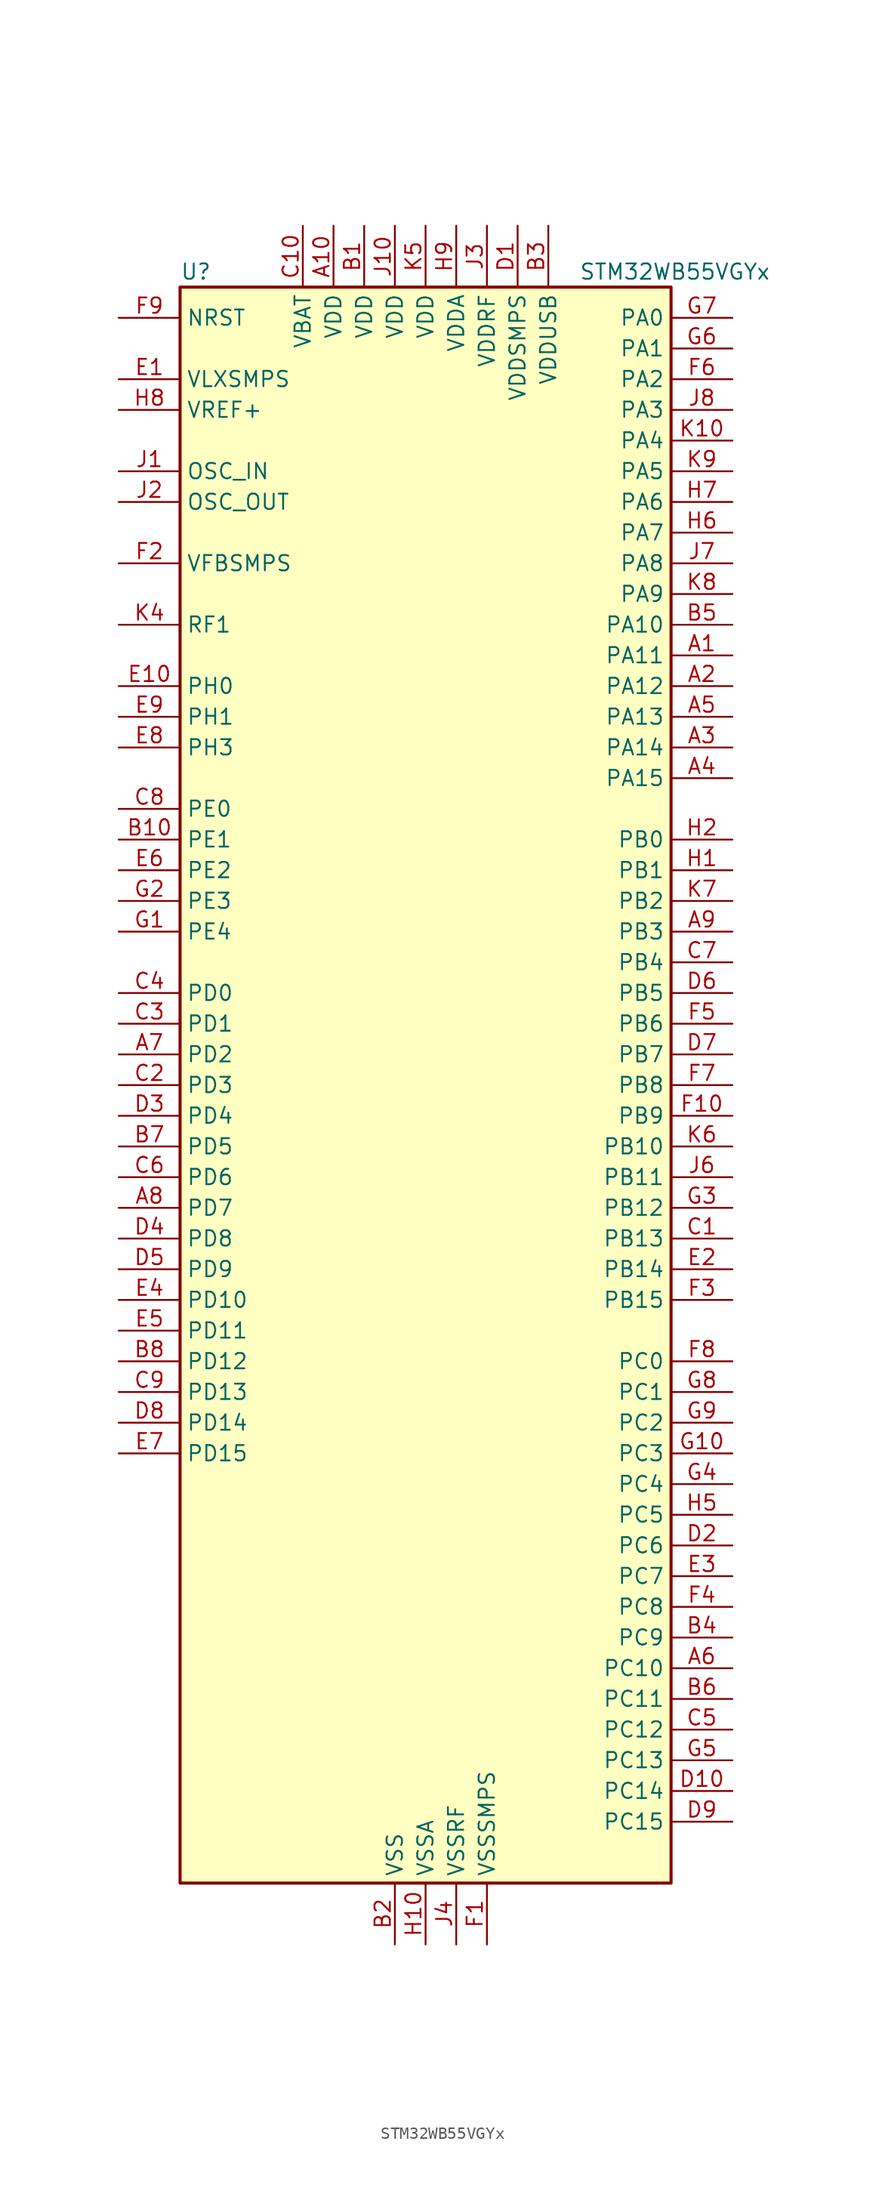
<source format=kicad_sym>
(kicad_symbol_lib
  (version 20220914)
  (generator kicad_symbol_editor)
  (symbol "STM32WB55VGYx"
    (property "Reference" "U"
      (at -20.32 67.31 0)
      (effects (font (size 1.27 1.27)) (justify left)))
    (property "Value" "STM32WB55VGYx"
      (at 12.7 67.31 0)
      (effects (font (size 1.27 1.27)) (justify left)))
    (property "ki_locked" ""
      (at 0 0 0)
      (effects (font (size 1.27 1.27))))
    (symbol "STM32WB55VGYx_0_1"
      (rectangle (start -20.32 -66.04) (end 20.32 66.04) (stroke (width 0.254) (type default)) (fill (type background))))
    (symbol "STM32WB55VGYx_1_1"
      (pin bidirectional line (at 25.4 35.56 180) (length 5.08) (name "PA11" (effects (font (size 1.27 1.27)))) (number "A1" (effects (font (size 1.27 1.27)))) (alternate "ADC1_EXTI11" bidirectional line) (alternate "SPI1_MISO" bidirectional line) (alternate "TIM1_BKIN2" bidirectional line) (alternate "TIM1_CH4" bidirectional line) (alternate "USART1_CTS" bidirectional line) (alternate "USART1_NSS" bidirectional line) (alternate "USB_DM" bidirectional line))
      (pin power_in line (at -7.62 71.12 270) (length 5.08) (name "VDD" (effects (font (size 1.27 1.27)))) (number "A10" (effects (font (size 1.27 1.27)))))
      (pin bidirectional line (at 25.4 33.02 180) (length 5.08) (name "PA12" (effects (font (size 1.27 1.27)))) (number "A2" (effects (font (size 1.27 1.27)))) (alternate "LPUART1_RX" bidirectional line) (alternate "SPI1_MOSI" bidirectional line) (alternate "TIM1_ETR" bidirectional line) (alternate "USART1_DE" bidirectional line) (alternate "USART1_RTS" bidirectional line) (alternate "USB_DP" bidirectional line))
      (pin bidirectional line (at 25.4 27.94 180) (length 5.08) (name "PA14" (effects (font (size 1.27 1.27)))) (number "A3" (effects (font (size 1.27 1.27)))) (alternate "I2C1_SMBA" bidirectional line) (alternate "LCD_SEG5" bidirectional line) (alternate "LPTIM1_OUT" bidirectional line) (alternate "SAI1_FS_B" bidirectional line) (alternate "SYS_JTCK-SWCLK" bidirectional line))
      (pin bidirectional line (at 25.4 25.4 180) (length 5.08) (name "PA15" (effects (font (size 1.27 1.27)))) (number "A4" (effects (font (size 1.27 1.27)))) (alternate "ADC1_EXTI15" bidirectional line) (alternate "LCD_SEG17" bidirectional line) (alternate "RCC_MCO" bidirectional line) (alternate "SPI1_NSS" bidirectional line) (alternate "SYS_JTDI" bidirectional line) (alternate "TIM2_CH1" bidirectional line) (alternate "TIM2_ETR" bidirectional line) (alternate "TSC_G3_IO1" bidirectional line))
      (pin bidirectional line (at 25.4 30.48 180) (length 5.08) (name "PA13" (effects (font (size 1.27 1.27)))) (number "A5" (effects (font (size 1.27 1.27)))) (alternate "IR_OUT" bidirectional line) (alternate "SAI1_SD_B" bidirectional line) (alternate "SYS_JTMS-SWDIO" bidirectional line) (alternate "USB_NOE" bidirectional line))
      (pin bidirectional line (at 25.4 -48.26 180) (length 5.08) (name "PC10" (effects (font (size 1.27 1.27)))) (number "A6" (effects (font (size 1.27 1.27)))) (alternate "LCD_COM4" bidirectional line) (alternate "LCD_SEG28" bidirectional line) (alternate "LCD_SEG40" bidirectional line) (alternate "SYS_TRACED1" bidirectional line) (alternate "TSC_G3_IO2" bidirectional line))
      (pin bidirectional line (at -25.4 2.54 0) (length 5.08) (name "PD2" (effects (font (size 1.27 1.27)))) (number "A7" (effects (font (size 1.27 1.27)))) (alternate "LCD_COM7" bidirectional line) (alternate "LCD_SEG31" bidirectional line) (alternate "LCD_SEG43" bidirectional line) (alternate "SYS_TRACED2" bidirectional line) (alternate "TSC_SYNC" bidirectional line))
      (pin bidirectional line (at -25.4 -10.16 0) (length 5.08) (name "PD7" (effects (font (size 1.27 1.27)))) (number "A8" (effects (font (size 1.27 1.27)))) (alternate "LCD_SEG39" bidirectional line) (alternate "QUADSPI_BK1_IO3" bidirectional line) (alternate "TSC_G5_IO4" bidirectional line))
      (pin bidirectional line (at 25.4 12.7 180) (length 5.08) (name "PB3" (effects (font (size 1.27 1.27)))) (number "A9" (effects (font (size 1.27 1.27)))) (alternate "COMP2_INM" bidirectional line) (alternate "LCD_SEG7" bidirectional line) (alternate "SAI1_SCK_B" bidirectional line) (alternate "SPI1_SCK" bidirectional line) (alternate "SYS_JTDO-SWO" bidirectional line) (alternate "TIM2_CH2" bidirectional line) (alternate "USART1_DE" bidirectional line) (alternate "USART1_RTS" bidirectional line))
      (pin power_in line (at -5.08 71.12 270) (length 5.08) (name "VDD" (effects (font (size 1.27 1.27)))) (number "B1" (effects (font (size 1.27 1.27)))))
      (pin bidirectional line (at -25.4 20.32 0) (length 5.08) (name "PE1" (effects (font (size 1.27 1.27)))) (number "B10" (effects (font (size 1.27 1.27)))) (alternate "LCD_SEG37" bidirectional line) (alternate "TIM17_CH1" bidirectional line) (alternate "TSC_G7_IO2" bidirectional line))
      (pin power_in line (at -2.54 -71.12 90) (length 5.08) (name "VSS" (effects (font (size 1.27 1.27)))) (number "B2" (effects (font (size 1.27 1.27)))))
      (pin power_in line (at 10.16 71.12 270) (length 5.08) (name "VDDUSB" (effects (font (size 1.27 1.27)))) (number "B3" (effects (font (size 1.27 1.27)))))
      (pin bidirectional line (at 25.4 -45.72 180) (length 5.08) (name "PC9" (effects (font (size 1.27 1.27)))) (number "B4" (effects (font (size 1.27 1.27)))) (alternate "LCD_SEG27" bidirectional line) (alternate "SAI1_SCK_B" bidirectional line) (alternate "TIM1_BKIN" bidirectional line) (alternate "TSC_G4_IO4" bidirectional line) (alternate "USB_NOE" bidirectional line))
      (pin bidirectional line (at 25.4 38.1 180) (length 5.08) (name "PA10" (effects (font (size 1.27 1.27)))) (number "B5" (effects (font (size 1.27 1.27)))) (alternate "CRS_SYNC" bidirectional line) (alternate "I2C1_SDA" bidirectional line) (alternate "LCD_COM2" bidirectional line) (alternate "SAI1_D1" bidirectional line) (alternate "SAI1_SD_A" bidirectional line) (alternate "TIM17_BKIN" bidirectional line) (alternate "TIM1_CH3" bidirectional line) (alternate "USART1_RX" bidirectional line))
      (pin bidirectional line (at 25.4 -50.8 180) (length 5.08) (name "PC11" (effects (font (size 1.27 1.27)))) (number "B6" (effects (font (size 1.27 1.27)))) (alternate "ADC1_EXTI11" bidirectional line) (alternate "LCD_COM5" bidirectional line) (alternate "LCD_SEG29" bidirectional line) (alternate "LCD_SEG41" bidirectional line) (alternate "TSC_G3_IO3" bidirectional line))
      (pin bidirectional line (at -25.4 -5.08 0) (length 5.08) (name "PD5" (effects (font (size 1.27 1.27)))) (number "B7" (effects (font (size 1.27 1.27)))) (alternate "QUADSPI_BK1_IO1" bidirectional line) (alternate "SAI1_MCLK_B" bidirectional line) (alternate "TSC_G5_IO2" bidirectional line))
      (pin bidirectional line (at -25.4 -22.86 0) (length 5.08) (name "PD12" (effects (font (size 1.27 1.27)))) (number "B8" (effects (font (size 1.27 1.27)))) (alternate "LCD_SEG32" bidirectional line) (alternate "LPTIM2_IN1" bidirectional line) (alternate "TSC_G6_IO3" bidirectional line))
      (pin passive line (at -2.54 -71.12 90) (length 5.08) hide (name "VSS" (effects (font (size 1.27 1.27)))) (number "B9" (effects (font (size 1.27 1.27)))))
      (pin bidirectional line (at 25.4 -12.7 180) (length 5.08) (name "PB13" (effects (font (size 1.27 1.27)))) (number "C1" (effects (font (size 1.27 1.27)))) (alternate "I2C3_SCL" bidirectional line) (alternate "LCD_SEG13" bidirectional line) (alternate "LPUART1_CTS" bidirectional line) (alternate "SAI1_SCK_A" bidirectional line) (alternate "SPI2_SCK" bidirectional line) (alternate "TIM1_CH1N" bidirectional line) (alternate "TSC_G1_IO2" bidirectional line))
      (pin power_in line (at -10.16 71.12 270) (length 5.08) (name "VBAT" (effects (font (size 1.27 1.27)))) (number "C10" (effects (font (size 1.27 1.27)))))
      (pin bidirectional line (at -25.4 0 0) (length 5.08) (name "PD3" (effects (font (size 1.27 1.27)))) (number "C2" (effects (font (size 1.27 1.27)))) (alternate "QUADSPI_BK1_NCS" bidirectional line) (alternate "SPI2_MISO" bidirectional line) (alternate "SPI2_SCK" bidirectional line))
      (pin bidirectional line (at -25.4 5.08 0) (length 5.08) (name "PD1" (effects (font (size 1.27 1.27)))) (number "C3" (effects (font (size 1.27 1.27)))) (alternate "SPI2_SCK" bidirectional line))
      (pin bidirectional line (at -25.4 7.62 0) (length 5.08) (name "PD0" (effects (font (size 1.27 1.27)))) (number "C4" (effects (font (size 1.27 1.27)))) (alternate "SPI2_NSS" bidirectional line))
      (pin bidirectional line (at 25.4 -53.34 180) (length 5.08) (name "PC12" (effects (font (size 1.27 1.27)))) (number "C5" (effects (font (size 1.27 1.27)))) (alternate "LCD_COM6" bidirectional line) (alternate "LCD_SEG30" bidirectional line) (alternate "LCD_SEG42" bidirectional line) (alternate "RCC_LSCO" bidirectional line) (alternate "RTC_TAMP3" bidirectional line) (alternate "SYS_TRACED3" bidirectional line) (alternate "SYS_WKUP3" bidirectional line) (alternate "TSC_G3_IO4" bidirectional line))
      (pin bidirectional line (at -25.4 -7.62 0) (length 5.08) (name "PD6" (effects (font (size 1.27 1.27)))) (number "C6" (effects (font (size 1.27 1.27)))) (alternate "QUADSPI_BK1_IO2" bidirectional line) (alternate "SAI1_D1" bidirectional line) (alternate "SAI1_SD_A" bidirectional line) (alternate "TSC_G5_IO3" bidirectional line))
      (pin bidirectional line (at 25.4 10.16 180) (length 5.08) (name "PB4" (effects (font (size 1.27 1.27)))) (number "C7" (effects (font (size 1.27 1.27)))) (alternate "COMP2_INP" bidirectional line) (alternate "I2C3_SDA" bidirectional line) (alternate "LCD_SEG8" bidirectional line) (alternate "SAI1_MCLK_B" bidirectional line) (alternate "SPI1_MISO" bidirectional line) (alternate "SYS_JTRST" bidirectional line) (alternate "TIM17_BKIN" bidirectional line) (alternate "TSC_G2_IO1" bidirectional line) (alternate "USART1_CTS" bidirectional line) (alternate "USART1_NSS" bidirectional line))
      (pin bidirectional line (at -25.4 22.86 0) (length 5.08) (name "PE0" (effects (font (size 1.27 1.27)))) (number "C8" (effects (font (size 1.27 1.27)))) (alternate "LCD_SEG36" bidirectional line) (alternate "TIM16_CH1" bidirectional line) (alternate "TIM1_ETR" bidirectional line) (alternate "TSC_G7_IO3" bidirectional line))
      (pin bidirectional line (at -25.4 -25.4 0) (length 5.08) (name "PD13" (effects (font (size 1.27 1.27)))) (number "C9" (effects (font (size 1.27 1.27)))) (alternate "LCD_SEG33" bidirectional line) (alternate "LPTIM2_OUT" bidirectional line) (alternate "TSC_G6_IO4" bidirectional line))
      (pin power_in line (at 7.62 71.12 270) (length 5.08) (name "VDDSMPS" (effects (font (size 1.27 1.27)))) (number "D1" (effects (font (size 1.27 1.27)))))
      (pin bidirectional line (at 25.4 -58.42 180) (length 5.08) (name "PC14" (effects (font (size 1.27 1.27)))) (number "D10" (effects (font (size 1.27 1.27)))) (alternate "RCC_OSC32_IN" bidirectional line))
      (pin bidirectional line (at 25.4 -38.1 180) (length 5.08) (name "PC6" (effects (font (size 1.27 1.27)))) (number "D2" (effects (font (size 1.27 1.27)))) (alternate "LCD_SEG24" bidirectional line) (alternate "TSC_G4_IO1" bidirectional line))
      (pin bidirectional line (at -25.4 -2.54 0) (length 5.08) (name "PD4" (effects (font (size 1.27 1.27)))) (number "D3" (effects (font (size 1.27 1.27)))) (alternate "QUADSPI_BK1_IO0" bidirectional line) (alternate "SPI2_MOSI" bidirectional line) (alternate "TSC_G5_IO1" bidirectional line))
      (pin bidirectional line (at -25.4 -12.7 0) (length 5.08) (name "PD8" (effects (font (size 1.27 1.27)))) (number "D4" (effects (font (size 1.27 1.27)))) (alternate "LCD_SEG28" bidirectional line) (alternate "TIM1_BKIN2" bidirectional line))
      (pin bidirectional line (at -25.4 -15.24 0) (length 5.08) (name "PD9" (effects (font (size 1.27 1.27)))) (number "D5" (effects (font (size 1.27 1.27)))) (alternate "LCD_SEG29" bidirectional line) (alternate "SYS_TRACED0" bidirectional line))
      (pin bidirectional line (at 25.4 7.62 180) (length 5.08) (name "PB5" (effects (font (size 1.27 1.27)))) (number "D6" (effects (font (size 1.27 1.27)))) (alternate "COMP2_OUT" bidirectional line) (alternate "I2C1_SMBA" bidirectional line) (alternate "LCD_SEG9" bidirectional line) (alternate "LPTIM1_IN1" bidirectional line) (alternate "LPUART1_TX" bidirectional line) (alternate "SAI1_SD_B" bidirectional line) (alternate "SPI1_MOSI" bidirectional line) (alternate "TIM16_BKIN" bidirectional line) (alternate "TSC_G2_IO2" bidirectional line) (alternate "USART1_CK" bidirectional line))
      (pin bidirectional line (at 25.4 2.54 180) (length 5.08) (name "PB7" (effects (font (size 1.27 1.27)))) (number "D7" (effects (font (size 1.27 1.27)))) (alternate "COMP2_INM" bidirectional line) (alternate "I2C1_SDA" bidirectional line) (alternate "LCD_SEG21" bidirectional line) (alternate "LPTIM1_IN2" bidirectional line) (alternate "SYS_PVD_IN" bidirectional line) (alternate "TIM17_CH1N" bidirectional line) (alternate "TIM1_BKIN" bidirectional line) (alternate "TSC_G2_IO4" bidirectional line) (alternate "USART1_RX" bidirectional line))
      (pin bidirectional line (at -25.4 -27.94 0) (length 5.08) (name "PD14" (effects (font (size 1.27 1.27)))) (number "D8" (effects (font (size 1.27 1.27)))) (alternate "LCD_SEG34" bidirectional line) (alternate "TIM1_CH1" bidirectional line))
      (pin bidirectional line (at 25.4 -60.96 180) (length 5.08) (name "PC15" (effects (font (size 1.27 1.27)))) (number "D9" (effects (font (size 1.27 1.27)))) (alternate "ADC1_EXTI15" bidirectional line) (alternate "RCC_OSC32_OUT" bidirectional line))
      (pin power_in line (at -25.4 58.42 0) (length 5.08) (name "VLXSMPS" (effects (font (size 1.27 1.27)))) (number "E1" (effects (font (size 1.27 1.27)))))
      (pin bidirectional line (at -25.4 33.02 0) (length 5.08) (name "PH0" (effects (font (size 1.27 1.27)))) (number "E10" (effects (font (size 1.27 1.27)))))
      (pin bidirectional line (at 25.4 -15.24 180) (length 5.08) (name "PB14" (effects (font (size 1.27 1.27)))) (number "E2" (effects (font (size 1.27 1.27)))) (alternate "I2C3_SDA" bidirectional line) (alternate "LCD_SEG14" bidirectional line) (alternate "SAI1_MCLK_A" bidirectional line) (alternate "SPI2_MISO" bidirectional line) (alternate "TIM1_CH2N" bidirectional line) (alternate "TSC_G1_IO3" bidirectional line))
      (pin bidirectional line (at 25.4 -40.64 180) (length 5.08) (name "PC7" (effects (font (size 1.27 1.27)))) (number "E3" (effects (font (size 1.27 1.27)))) (alternate "LCD_SEG25" bidirectional line) (alternate "TSC_G4_IO2" bidirectional line))
      (pin bidirectional line (at -25.4 -17.78 0) (length 5.08) (name "PD10" (effects (font (size 1.27 1.27)))) (number "E4" (effects (font (size 1.27 1.27)))) (alternate "LCD_SEG30" bidirectional line) (alternate "SYS_TRIG_INOUT" bidirectional line) (alternate "TSC_G6_IO1" bidirectional line))
      (pin bidirectional line (at -25.4 -20.32 0) (length 5.08) (name "PD11" (effects (font (size 1.27 1.27)))) (number "E5" (effects (font (size 1.27 1.27)))) (alternate "ADC1_EXTI11" bidirectional line) (alternate "LCD_SEG31" bidirectional line) (alternate "LPTIM2_ETR" bidirectional line) (alternate "TSC_G6_IO2" bidirectional line))
      (pin bidirectional line (at -25.4 17.78 0) (length 5.08) (name "PE2" (effects (font (size 1.27 1.27)))) (number "E6" (effects (font (size 1.27 1.27)))) (alternate "LCD_SEG38" bidirectional line) (alternate "SAI1_CK1" bidirectional line) (alternate "SAI1_MCLK_A" bidirectional line) (alternate "SYS_TRACECLK" bidirectional line) (alternate "TSC_G7_IO1" bidirectional line))
      (pin bidirectional line (at -25.4 -30.48 0) (length 5.08) (name "PD15" (effects (font (size 1.27 1.27)))) (number "E7" (effects (font (size 1.27 1.27)))) (alternate "ADC1_EXTI15" bidirectional line) (alternate "LCD_SEG35" bidirectional line) (alternate "TIM1_CH2" bidirectional line))
      (pin bidirectional line (at -25.4 27.94 0) (length 5.08) (name "PH3" (effects (font (size 1.27 1.27)))) (number "E8" (effects (font (size 1.27 1.27)))) (alternate "RCC_LSCO" bidirectional line))
      (pin bidirectional line (at -25.4 30.48 0) (length 5.08) (name "PH1" (effects (font (size 1.27 1.27)))) (number "E9" (effects (font (size 1.27 1.27)))))
      (pin power_in line (at 5.08 -71.12 90) (length 5.08) (name "VSSSMPS" (effects (font (size 1.27 1.27)))) (number "F1" (effects (font (size 1.27 1.27)))))
      (pin bidirectional line (at 25.4 -2.54 180) (length 5.08) (name "PB9" (effects (font (size 1.27 1.27)))) (number "F10" (effects (font (size 1.27 1.27)))) (alternate "I2C1_SDA" bidirectional line) (alternate "IR_OUT" bidirectional line) (alternate "LCD_COM3" bidirectional line) (alternate "QUADSPI_BK1_IO0" bidirectional line) (alternate "SAI1_D2" bidirectional line) (alternate "SAI1_FS_A" bidirectional line) (alternate "SPI2_NSS" bidirectional line) (alternate "TIM17_CH1" bidirectional line) (alternate "TIM1_CH3N" bidirectional line) (alternate "TSC_G7_IO4" bidirectional line))
      (pin input line (at -25.4 43.18 0) (length 5.08) (name "VFBSMPS" (effects (font (size 1.27 1.27)))) (number "F2" (effects (font (size 1.27 1.27)))))
      (pin bidirectional line (at 25.4 -17.78 180) (length 5.08) (name "PB15" (effects (font (size 1.27 1.27)))) (number "F3" (effects (font (size 1.27 1.27)))) (alternate "ADC1_EXTI15" bidirectional line) (alternate "LCD_SEG15" bidirectional line) (alternate "RTC_REFIN" bidirectional line) (alternate "SAI1_SD_A" bidirectional line) (alternate "SPI2_MOSI" bidirectional line) (alternate "TIM1_CH3N" bidirectional line) (alternate "TSC_G1_IO4" bidirectional line))
      (pin bidirectional line (at 25.4 -43.18 180) (length 5.08) (name "PC8" (effects (font (size 1.27 1.27)))) (number "F4" (effects (font (size 1.27 1.27)))) (alternate "LCD_SEG26" bidirectional line) (alternate "TSC_G4_IO3" bidirectional line))
      (pin bidirectional line (at 25.4 5.08 180) (length 5.08) (name "PB6" (effects (font (size 1.27 1.27)))) (number "F5" (effects (font (size 1.27 1.27)))) (alternate "COMP2_INP" bidirectional line) (alternate "I2C1_SCL" bidirectional line) (alternate "LCD_SEG6" bidirectional line) (alternate "LPTIM1_ETR" bidirectional line) (alternate "RCC_MCO" bidirectional line) (alternate "SAI1_FS_B" bidirectional line) (alternate "TIM16_CH1N" bidirectional line) (alternate "TSC_G2_IO3" bidirectional line) (alternate "USART1_TX" bidirectional line))
      (pin bidirectional line (at 25.4 58.42 180) (length 5.08) (name "PA2" (effects (font (size 1.27 1.27)))) (number "F6" (effects (font (size 1.27 1.27)))) (alternate "ADC1_IN7" bidirectional line) (alternate "COMP2_INM" bidirectional line) (alternate "COMP2_OUT" bidirectional line) (alternate "LCD_SEG1" bidirectional line) (alternate "LPUART1_TX" bidirectional line) (alternate "QUADSPI_BK1_NCS" bidirectional line) (alternate "RCC_LSCO" bidirectional line) (alternate "SYS_WKUP4" bidirectional line) (alternate "TIM2_CH3" bidirectional line))
      (pin bidirectional line (at 25.4 0 180) (length 5.08) (name "PB8" (effects (font (size 1.27 1.27)))) (number "F7" (effects (font (size 1.27 1.27)))) (alternate "I2C1_SCL" bidirectional line) (alternate "LCD_SEG16" bidirectional line) (alternate "QUADSPI_BK1_IO1" bidirectional line) (alternate "SAI1_CK1" bidirectional line) (alternate "SAI1_MCLK_A" bidirectional line) (alternate "TIM16_CH1" bidirectional line) (alternate "TIM1_CH2N" bidirectional line))
      (pin bidirectional line (at 25.4 -22.86 180) (length 5.08) (name "PC0" (effects (font (size 1.27 1.27)))) (number "F8" (effects (font (size 1.27 1.27)))) (alternate "ADC1_IN1" bidirectional line) (alternate "I2C3_SCL" bidirectional line) (alternate "LCD_SEG18" bidirectional line) (alternate "LPTIM1_IN1" bidirectional line) (alternate "LPTIM2_IN1" bidirectional line) (alternate "LPUART1_RX" bidirectional line))
      (pin input line (at -25.4 63.5 0) (length 5.08) (name "NRST" (effects (font (size 1.27 1.27)))) (number "F9" (effects (font (size 1.27 1.27)))))
      (pin bidirectional line (at -25.4 12.7 0) (length 5.08) (name "PE4" (effects (font (size 1.27 1.27)))) (number "G1" (effects (font (size 1.27 1.27)))))
      (pin bidirectional line (at 25.4 -30.48 180) (length 5.08) (name "PC3" (effects (font (size 1.27 1.27)))) (number "G10" (effects (font (size 1.27 1.27)))) (alternate "ADC1_IN4" bidirectional line) (alternate "LCD_VLCD" bidirectional line) (alternate "LPTIM1_ETR" bidirectional line) (alternate "LPTIM2_ETR" bidirectional line) (alternate "SAI1_D1" bidirectional line) (alternate "SAI1_SD_A" bidirectional line) (alternate "SPI2_MOSI" bidirectional line))
      (pin bidirectional line (at -25.4 15.24 0) (length 5.08) (name "PE3" (effects (font (size 1.27 1.27)))) (number "G2" (effects (font (size 1.27 1.27)))))
      (pin bidirectional line (at 25.4 -10.16 180) (length 5.08) (name "PB12" (effects (font (size 1.27 1.27)))) (number "G3" (effects (font (size 1.27 1.27)))) (alternate "I2C3_SMBA" bidirectional line) (alternate "LCD_SEG12" bidirectional line) (alternate "LPUART1_DE" bidirectional line) (alternate "LPUART1_RTS" bidirectional line) (alternate "SAI1_FS_A" bidirectional line) (alternate "SPI2_NSS" bidirectional line) (alternate "TIM1_BKIN" bidirectional line) (alternate "TSC_G1_IO1" bidirectional line))
      (pin bidirectional line (at 25.4 -33.02 180) (length 5.08) (name "PC4" (effects (font (size 1.27 1.27)))) (number "G4" (effects (font (size 1.27 1.27)))) (alternate "ADC1_IN13" bidirectional line) (alternate "COMP1_INM" bidirectional line) (alternate "LCD_SEG22" bidirectional line))
      (pin bidirectional line (at 25.4 -55.88 180) (length 5.08) (name "PC13" (effects (font (size 1.27 1.27)))) (number "G5" (effects (font (size 1.27 1.27)))) (alternate "RTC_OUT1" bidirectional line) (alternate "RTC_TAMP1" bidirectional line) (alternate "RTC_TS" bidirectional line) (alternate "SYS_WKUP2" bidirectional line))
      (pin bidirectional line (at 25.4 60.96 180) (length 5.08) (name "PA1" (effects (font (size 1.27 1.27)))) (number "G6" (effects (font (size 1.27 1.27)))) (alternate "ADC1_IN6" bidirectional line) (alternate "COMP1_INP" bidirectional line) (alternate "I2C1_SMBA" bidirectional line) (alternate "LCD_SEG0" bidirectional line) (alternate "SPI1_SCK" bidirectional line) (alternate "TIM2_CH2" bidirectional line))
      (pin bidirectional line (at 25.4 63.5 180) (length 5.08) (name "PA0" (effects (font (size 1.27 1.27)))) (number "G7" (effects (font (size 1.27 1.27)))) (alternate "ADC1_IN5" bidirectional line) (alternate "COMP1_INM" bidirectional line) (alternate "COMP1_OUT" bidirectional line) (alternate "RTC_TAMP2" bidirectional line) (alternate "SAI1_EXTCLK" bidirectional line) (alternate "SYS_WKUP1" bidirectional line) (alternate "TIM2_CH1" bidirectional line) (alternate "TIM2_ETR" bidirectional line))
      (pin bidirectional line (at 25.4 -25.4 180) (length 5.08) (name "PC1" (effects (font (size 1.27 1.27)))) (number "G8" (effects (font (size 1.27 1.27)))) (alternate "ADC1_IN2" bidirectional line) (alternate "I2C3_SDA" bidirectional line) (alternate "LCD_SEG19" bidirectional line) (alternate "LPTIM1_OUT" bidirectional line) (alternate "LPUART1_TX" bidirectional line) (alternate "SPI2_MOSI" bidirectional line))
      (pin bidirectional line (at 25.4 -27.94 180) (length 5.08) (name "PC2" (effects (font (size 1.27 1.27)))) (number "G9" (effects (font (size 1.27 1.27)))) (alternate "ADC1_IN3" bidirectional line) (alternate "LCD_SEG20" bidirectional line) (alternate "LPTIM1_IN2" bidirectional line) (alternate "SPI2_MISO" bidirectional line))
      (pin bidirectional line (at 25.4 17.78 180) (length 5.08) (name "PB1" (effects (font (size 1.27 1.27)))) (number "H1" (effects (font (size 1.27 1.27)))) (alternate "LPTIM2_IN1" bidirectional line) (alternate "LPUART1_DE" bidirectional line) (alternate "LPUART1_RTS" bidirectional line))
      (pin power_in line (at 0 -71.12 90) (length 5.08) (name "VSSA" (effects (font (size 1.27 1.27)))) (number "H10" (effects (font (size 1.27 1.27)))))
      (pin bidirectional line (at 25.4 20.32 180) (length 5.08) (name "PB0" (effects (font (size 1.27 1.27)))) (number "H2" (effects (font (size 1.27 1.27)))) (alternate "COMP1_OUT" bidirectional line) (alternate "RF_TX_MOD_EXT_PA" bidirectional line))
      (pin no_connect line (at -20.32 -66.04 0) (length 5.08) hide (name "AT0" (effects (font (size 1.27 1.27)))) (number "H3" (effects (font (size 1.27 1.27)))))
      (pin no_connect line (at -20.32 -63.5 0) (length 5.08) hide (name "AT1" (effects (font (size 1.27 1.27)))) (number "H4" (effects (font (size 1.27 1.27)))))
      (pin bidirectional line (at 25.4 -35.56 180) (length 5.08) (name "PC5" (effects (font (size 1.27 1.27)))) (number "H5" (effects (font (size 1.27 1.27)))) (alternate "ADC1_IN14" bidirectional line) (alternate "COMP1_INP" bidirectional line) (alternate "LCD_SEG23" bidirectional line) (alternate "SAI1_D3" bidirectional line) (alternate "SYS_WKUP5" bidirectional line))
      (pin bidirectional line (at 25.4 45.72 180) (length 5.08) (name "PA7" (effects (font (size 1.27 1.27)))) (number "H6" (effects (font (size 1.27 1.27)))) (alternate "ADC1_IN12" bidirectional line) (alternate "COMP2_OUT" bidirectional line) (alternate "I2C3_SCL" bidirectional line) (alternate "LCD_SEG4" bidirectional line) (alternate "QUADSPI_BK1_IO2" bidirectional line) (alternate "SPI1_MOSI" bidirectional line) (alternate "TIM17_CH1" bidirectional line) (alternate "TIM1_CH1N" bidirectional line))
      (pin bidirectional line (at 25.4 48.26 180) (length 5.08) (name "PA6" (effects (font (size 1.27 1.27)))) (number "H7" (effects (font (size 1.27 1.27)))) (alternate "ADC1_IN11" bidirectional line) (alternate "LCD_SEG3" bidirectional line) (alternate "LPUART1_CTS" bidirectional line) (alternate "QUADSPI_BK1_IO3" bidirectional line) (alternate "SPI1_MISO" bidirectional line) (alternate "TIM16_CH1" bidirectional line) (alternate "TIM1_BKIN" bidirectional line))
      (pin input line (at -25.4 55.88 0) (length 5.08) (name "VREF+" (effects (font (size 1.27 1.27)))) (number "H8" (effects (font (size 1.27 1.27)))) (alternate "VREFBUF_OUT" bidirectional line))
      (pin power_in line (at 2.54 71.12 270) (length 5.08) (name "VDDA" (effects (font (size 1.27 1.27)))) (number "H9" (effects (font (size 1.27 1.27)))))
      (pin input line (at -25.4 50.8 0) (length 5.08) (name "OSC_IN" (effects (font (size 1.27 1.27)))) (number "J1" (effects (font (size 1.27 1.27)))) (alternate "RCC_OSC_IN" bidirectional line))
      (pin power_in line (at -2.54 71.12 270) (length 5.08) (name "VDD" (effects (font (size 1.27 1.27)))) (number "J10" (effects (font (size 1.27 1.27)))))
      (pin input line (at -25.4 48.26 0) (length 5.08) (name "OSC_OUT" (effects (font (size 1.27 1.27)))) (number "J2" (effects (font (size 1.27 1.27)))) (alternate "RCC_OSC_OUT" bidirectional line))
      (pin power_in line (at 5.08 71.12 270) (length 5.08) (name "VDDRF" (effects (font (size 1.27 1.27)))) (number "J3" (effects (font (size 1.27 1.27)))))
      (pin power_in line (at 2.54 -71.12 90) (length 5.08) (name "VSSRF" (effects (font (size 1.27 1.27)))) (number "J4" (effects (font (size 1.27 1.27)))))
      (pin passive line (at -2.54 -71.12 90) (length 5.08) hide (name "VSS" (effects (font (size 1.27 1.27)))) (number "J5" (effects (font (size 1.27 1.27)))))
      (pin bidirectional line (at 25.4 -7.62 180) (length 5.08) (name "PB11" (effects (font (size 1.27 1.27)))) (number "J6" (effects (font (size 1.27 1.27)))) (alternate "ADC1_EXTI11" bidirectional line) (alternate "COMP2_OUT" bidirectional line) (alternate "I2C3_SDA" bidirectional line) (alternate "LCD_SEG11" bidirectional line) (alternate "LPUART1_TX" bidirectional line) (alternate "QUADSPI_BK1_NCS" bidirectional line) (alternate "TIM2_CH4" bidirectional line))
      (pin bidirectional line (at 25.4 43.18 180) (length 5.08) (name "PA8" (effects (font (size 1.27 1.27)))) (number "J7" (effects (font (size 1.27 1.27)))) (alternate "ADC1_IN15" bidirectional line) (alternate "LCD_COM0" bidirectional line) (alternate "LPTIM2_OUT" bidirectional line) (alternate "RCC_MCO" bidirectional line) (alternate "SAI1_CK2" bidirectional line) (alternate "SAI1_SCK_A" bidirectional line) (alternate "TIM1_CH1" bidirectional line) (alternate "USART1_CK" bidirectional line))
      (pin bidirectional line (at 25.4 55.88 180) (length 5.08) (name "PA3" (effects (font (size 1.27 1.27)))) (number "J8" (effects (font (size 1.27 1.27)))) (alternate "ADC1_IN8" bidirectional line) (alternate "COMP2_INP" bidirectional line) (alternate "LCD_SEG2" bidirectional line) (alternate "LPUART1_RX" bidirectional line) (alternate "QUADSPI_CLK" bidirectional line) (alternate "SAI1_CK1" bidirectional line) (alternate "SAI1_MCLK_A" bidirectional line) (alternate "TIM2_CH4" bidirectional line))
      (pin passive line (at -2.54 -71.12 90) (length 5.08) hide (name "VSS" (effects (font (size 1.27 1.27)))) (number "J9" (effects (font (size 1.27 1.27)))))
      (pin passive line (at 2.54 -71.12 90) (length 5.08) hide (name "VSSRF" (effects (font (size 1.27 1.27)))) (number "K1" (effects (font (size 1.27 1.27)))))
      (pin bidirectional line (at 25.4 53.34 180) (length 5.08) (name "PA4" (effects (font (size 1.27 1.27)))) (number "K10" (effects (font (size 1.27 1.27)))) (alternate "ADC1_IN9" bidirectional line) (alternate "COMP1_INM" bidirectional line) (alternate "COMP2_INM" bidirectional line) (alternate "LCD_SEG5" bidirectional line) (alternate "LPTIM2_OUT" bidirectional line) (alternate "SAI1_FS_B" bidirectional line) (alternate "SPI1_NSS" bidirectional line))
      (pin passive line (at 2.54 -71.12 90) (length 5.08) hide (name "VSSRF" (effects (font (size 1.27 1.27)))) (number "K2" (effects (font (size 1.27 1.27)))))
      (pin passive line (at 2.54 -71.12 90) (length 5.08) hide (name "VSSRF" (effects (font (size 1.27 1.27)))) (number "K3" (effects (font (size 1.27 1.27)))))
      (pin bidirectional line (at -25.4 38.1 0) (length 5.08) (name "RF1" (effects (font (size 1.27 1.27)))) (number "K4" (effects (font (size 1.27 1.27)))) (alternate "RF_RF1" bidirectional line))
      (pin power_in line (at 0 71.12 270) (length 5.08) (name "VDD" (effects (font (size 1.27 1.27)))) (number "K5" (effects (font (size 1.27 1.27)))))
      (pin bidirectional line (at 25.4 -5.08 180) (length 5.08) (name "PB10" (effects (font (size 1.27 1.27)))) (number "K6" (effects (font (size 1.27 1.27)))) (alternate "COMP1_OUT" bidirectional line) (alternate "I2C3_SCL" bidirectional line) (alternate "LCD_SEG10" bidirectional line) (alternate "LPUART1_RX" bidirectional line) (alternate "QUADSPI_CLK" bidirectional line) (alternate "SAI1_SCK_A" bidirectional line) (alternate "SPI2_SCK" bidirectional line) (alternate "TIM2_CH3" bidirectional line) (alternate "TSC_SYNC" bidirectional line))
      (pin bidirectional line (at 25.4 15.24 180) (length 5.08) (name "PB2" (effects (font (size 1.27 1.27)))) (number "K7" (effects (font (size 1.27 1.27)))) (alternate "COMP1_INP" bidirectional line) (alternate "I2C3_SMBA" bidirectional line) (alternate "LCD_VLCD" bidirectional line) (alternate "LPTIM1_OUT" bidirectional line) (alternate "RTC_OUT2" bidirectional line) (alternate "SAI1_EXTCLK" bidirectional line) (alternate "SPI1_NSS" bidirectional line))
      (pin bidirectional line (at 25.4 40.64 180) (length 5.08) (name "PA9" (effects (font (size 1.27 1.27)))) (number "K8" (effects (font (size 1.27 1.27)))) (alternate "ADC1_IN16" bidirectional line) (alternate "COMP1_INM" bidirectional line) (alternate "I2C1_SCL" bidirectional line) (alternate "LCD_COM1" bidirectional line) (alternate "SAI1_D2" bidirectional line) (alternate "SAI1_FS_A" bidirectional line) (alternate "SPI2_SCK" bidirectional line) (alternate "TIM1_CH2" bidirectional line) (alternate "USART1_TX" bidirectional line))
      (pin bidirectional line (at 25.4 50.8 180) (length 5.08) (name "PA5" (effects (font (size 1.27 1.27)))) (number "K9" (effects (font (size 1.27 1.27)))) (alternate "ADC1_IN10" bidirectional line) (alternate "COMP1_INM" bidirectional line) (alternate "COMP2_INM" bidirectional line) (alternate "LPTIM2_ETR" bidirectional line) (alternate "SAI1_SD_B" bidirectional line) (alternate "SPI1_SCK" bidirectional line) (alternate "TIM2_CH1" bidirectional line) (alternate "TIM2_ETR" bidirectional line)))))
</source>
